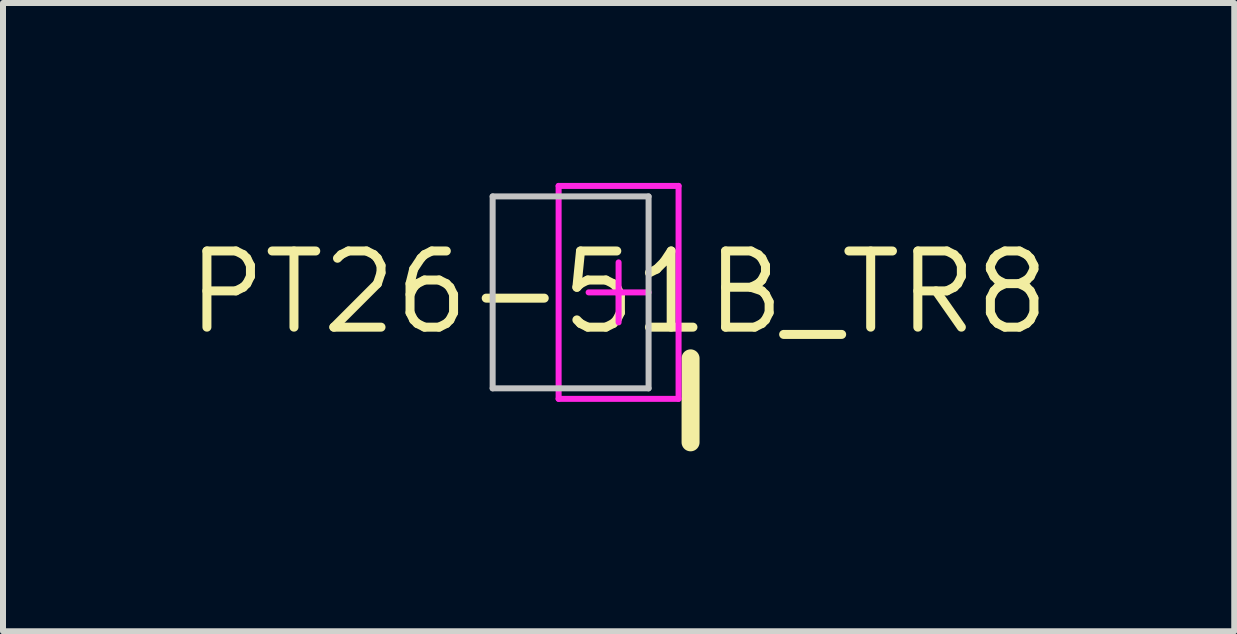
<source format=kicad_pcb>
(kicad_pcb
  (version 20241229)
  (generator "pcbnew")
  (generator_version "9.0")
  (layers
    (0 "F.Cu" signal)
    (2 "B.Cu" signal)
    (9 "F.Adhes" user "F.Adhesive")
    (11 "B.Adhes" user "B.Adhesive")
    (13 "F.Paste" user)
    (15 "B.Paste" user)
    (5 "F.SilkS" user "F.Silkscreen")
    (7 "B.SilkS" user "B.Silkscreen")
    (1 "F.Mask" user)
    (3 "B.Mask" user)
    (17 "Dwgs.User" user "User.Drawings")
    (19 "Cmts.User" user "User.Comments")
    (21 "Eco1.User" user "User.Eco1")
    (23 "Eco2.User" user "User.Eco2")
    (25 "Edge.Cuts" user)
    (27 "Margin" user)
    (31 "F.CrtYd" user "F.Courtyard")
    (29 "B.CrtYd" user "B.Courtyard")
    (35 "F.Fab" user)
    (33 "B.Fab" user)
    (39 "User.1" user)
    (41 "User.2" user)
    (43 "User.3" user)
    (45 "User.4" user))
  (footprint "PT26-51B_TR8"
    (layer "F.Cu")
    (at 7.264 1.825)
    (property "Reference" "PT26-51B_TR8" (at 0 0 0) (layer "F.SilkS") (effects (font (size 1.27 1.27) (thickness 0.15))))
    (attr through_hole)
    (fp_line (start 1.2 2.5) (end 1.2 1.1) (stroke (width 0.3) (type solid)) (layer "F.SilkS"))
    (fp_line (start -2.1 -1.6) (end 0.5 -1.6) (stroke (width 0.1) (type solid)) (layer "Dwgs.User"))
    (fp_line (start -2.1 1.6) (end -2.1 -1.6) (stroke (width 0.1) (type solid)) (layer "Dwgs.User"))
    (fp_line (start -2.1 1.6) (end 0.5 1.6) (stroke (width 0.1) (type solid)) (layer "Dwgs.User"))
    (fp_line (start 0.5 1.6) (end 0.5 -1.6) (stroke (width 0.1) (type solid)) (layer "Dwgs.User"))
    (fp_line (start -1 -1.775) (end 1 -1.775) (stroke (width 0.1) (type solid)) (layer "F.CrtYd"))
    (fp_line (start -1 1.775) (end -1 -1.775) (stroke (width 0.1) (type solid)) (layer "F.CrtYd"))
    (fp_line (start -1 1.775) (end 1 1.775) (stroke (width 0.1) (type solid)) (layer "F.CrtYd"))
    (fp_line (start -0.5 0) (end 0.5 0) (stroke (width 0.1) (type solid)) (layer "F.CrtYd"))
    (fp_line (start 0 0.5) (end 0 -0.5) (stroke (width 0.1) (type solid)) (layer "F.CrtYd"))
    (fp_line (start 1 1.775) (end 1 -1.775) (stroke (width 0.1) (type solid)) (layer "F.CrtYd")))
  (gr_rect
    (start -3 -3)
    (end 17.529 7.475)
    (stroke (width 0.1) (type default))
    (fill no)
    (layer "Edge.Cuts")))
</source>
